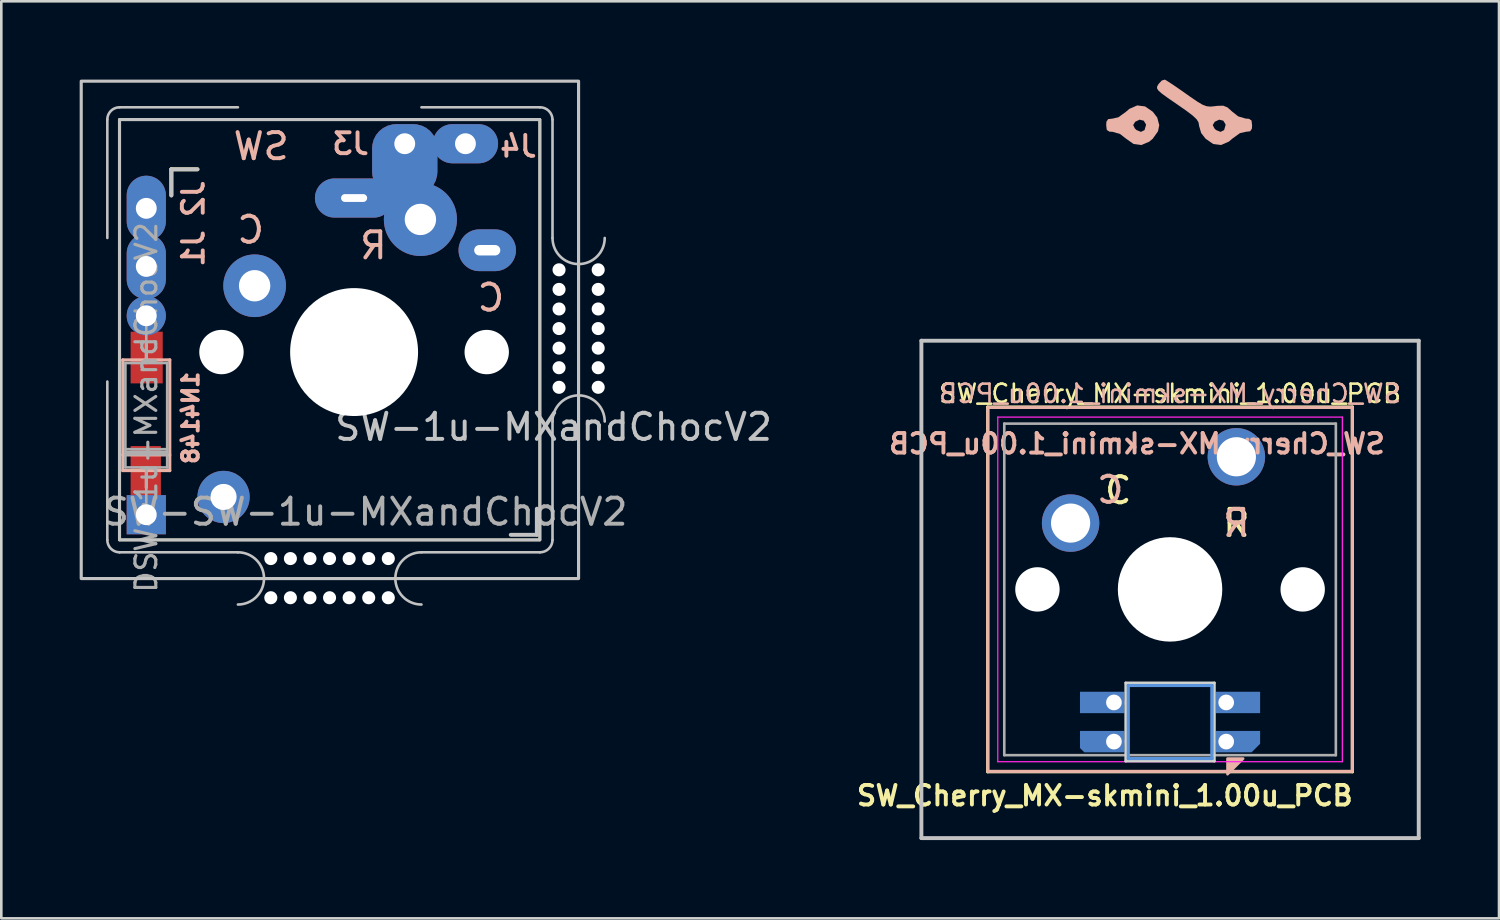
<source format=kicad_pcb>
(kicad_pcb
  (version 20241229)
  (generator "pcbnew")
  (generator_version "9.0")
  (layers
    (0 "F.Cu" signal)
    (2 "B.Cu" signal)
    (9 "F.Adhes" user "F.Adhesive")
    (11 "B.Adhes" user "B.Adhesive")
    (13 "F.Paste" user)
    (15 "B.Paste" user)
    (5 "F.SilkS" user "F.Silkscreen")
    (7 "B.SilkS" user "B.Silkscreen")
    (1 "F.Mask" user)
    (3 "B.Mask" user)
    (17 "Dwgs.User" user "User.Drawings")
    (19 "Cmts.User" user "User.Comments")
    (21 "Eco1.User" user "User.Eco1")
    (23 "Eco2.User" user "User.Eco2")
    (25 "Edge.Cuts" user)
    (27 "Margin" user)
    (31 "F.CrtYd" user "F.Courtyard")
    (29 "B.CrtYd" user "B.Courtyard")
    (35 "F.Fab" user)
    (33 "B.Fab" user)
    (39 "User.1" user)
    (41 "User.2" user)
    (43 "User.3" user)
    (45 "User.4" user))
  (footprint "SW-1u-MXandChocV2"
    (layer "F.Cu")
    (at 13.053 5.355)
    (property "Reference" "SW-1u-MXandChocV2" (at 5.1 7.95 180) (layer "Dwgs.User") (effects (font (size 1 1) (thickness 0.15))))
    (attr through_hole)
    (fp_line (start -11.525 -3.825) (end 4.575 -3.825) (stroke (width 0.1) (type solid)) (layer "F.SilkS"))
    (fp_line (start -11.525 12.275) (end -11.525 -3.825) (stroke (width 0.1) (type solid)) (layer "F.SilkS"))
    (fp_line (start -9.54 -1.92) (end -8.54 -1.92) (stroke (width 0.15) (type solid)) (layer "F.SilkS"))
    (fp_line (start -9.54 -0.92) (end -9.54 -1.92) (stroke (width 0.15) (type solid)) (layer "F.SilkS"))
    (fp_line (start 4.575 -3.825) (end 4.575 12.275) (stroke (width 0.1) (type solid)) (layer "F.SilkS"))
    (fp_line (start 4.575 12.275) (end -11.525 12.275) (stroke (width 0.1) (type solid)) (layer "F.SilkS"))
    (fp_line (start -11.4 5.38) (end -11.4 9.62) (stroke (width 0.12) (type solid)) (layer "B.SilkS"))
    (fp_line (start -11.4 9.02) (end -9.6 9.02) (stroke (width 0.12) (type solid)) (layer "B.SilkS"))
    (fp_line (start -11.4 9.62) (end -9.6 9.62) (stroke (width 0.12) (type solid)) (layer "B.SilkS"))
    (fp_line (start -10.5 4.73) (end -10.5 5.38) (stroke (width 0.12) (type solid)) (layer "B.SilkS"))
    (fp_line (start -10.5 10.27) (end -10.5 9.62) (stroke (width 0.12) (type solid)) (layer "B.SilkS"))
    (fp_line (start -9.6 5.38) (end -11.4 5.38) (stroke (width 0.12) (type solid)) (layer "B.SilkS"))
    (fp_line (start -9.6 9.62) (end -9.6 5.38) (stroke (width 0.12) (type solid)) (layer "B.SilkS"))
    (fp_line (start -11.992 0.71) (end -11.992 -3.825) (stroke (width 0.1) (type solid)) (layer "Dwgs.User"))
    (fp_line (start -11.992 12.275) (end -11.992 6.21) (stroke (width 0.1) (type solid)) (layer "Dwgs.User"))
    (fp_line (start -11.525 -4.295) (end -6.99 -4.295) (stroke (width 0.1) (type solid)) (layer "Dwgs.User"))
    (fp_line (start -9.54 -1.92) (end -8.54 -1.92) (stroke (width 0.15) (type solid)) (layer "Dwgs.User"))
    (fp_line (start -9.54 -0.92) (end -9.54 -1.92) (stroke (width 0.15) (type solid)) (layer "Dwgs.User"))
    (fp_line (start -6.99 12.75) (end -11.525 12.75) (stroke (width 0.1) (type solid)) (layer "Dwgs.User"))
    (fp_line (start 0.04 -4.295) (end 4.575 -4.295) (stroke (width 0.1) (type solid)) (layer "Dwgs.User"))
    (fp_line (start 3.46 12.08) (end 4.46 12.08) (stroke (width 0.15) (type solid)) (layer "Dwgs.User"))
    (fp_line (start 4.46 12.08) (end 4.46 11.08) (stroke (width 0.15) (type solid)) (layer "Dwgs.User"))
    (fp_line (start 4.575 12.75) (end 0.04 12.75) (stroke (width 0.1) (type solid)) (layer "Dwgs.User"))
    (fp_line (start 5.06 -3.825) (end 5.06 0.71) (stroke (width 0.1) (type solid)) (layer "Dwgs.User"))
    (fp_line (start 5.06 7.74) (end 5.06 12.275) (stroke (width 0.1) (type solid)) (layer "Dwgs.User"))
    (fp_rect (start -12.992 -5.295) (end 6.058 13.755) (stroke (width 0.12) (type solid)) (fill no) (layer "Dwgs.User"))
    (fp_rect (start -11.525 -3.825) (end 4.575 12.275) (stroke (width 0.12) (type solid)) (fill no) (layer "Dwgs.User"))
    (fp_arc (start -11.9925 -3.825) (mid -11.85609 -4.156822) (end -11.525 -4.295) (stroke (width 0.1) (type solid)) (layer "Dwgs.User"))
    (fp_arc (start -11.525 12.75) (mid -11.857126 12.609322) (end -11.9925 12.275) (stroke (width 0.1) (type solid)) (layer "Dwgs.User"))
    (fp_arc (start -6.99 12.75) (mid -5.99 13.75) (end -6.99 14.75) (stroke (width 0.1) (type solid)) (layer "Dwgs.User"))
    (fp_arc (start 0.04 14.75) (mid -0.96 13.75) (end 0.04 12.75) (stroke (width 0.1) (type solid)) (layer "Dwgs.User"))
    (fp_arc (start 4.575 -4.295) (mid 4.91484 -4.160447) (end 5.06 -3.825) (stroke (width 0.1) (type solid)) (layer "Dwgs.User"))
    (fp_arc (start 5.06 7.74) (mid 6.06 6.74) (end 7.06 7.74) (stroke (width 0.1) (type solid)) (layer "Dwgs.User"))
    (fp_arc (start 5.06 12.275) (mid 4.915876 12.612947) (end 4.575 12.75) (stroke (width 0.1) (type solid)) (layer "Dwgs.User"))
    (fp_arc (start 7.06 0.71) (mid 6.06 1.71) (end 5.06 0.71) (stroke (width 0.1) (type solid)) (layer "Dwgs.User"))
    (fp_line (start -11.3 5.5) (end -11.3 9.5) (stroke (width 0.1) (type solid)) (layer "F.Fab"))
    (fp_line (start -11.3 8.8) (end -9.7 8.8) (stroke (width 0.1) (type solid)) (layer "F.Fab"))
    (fp_line (start -11.3 8.9) (end -9.7 8.9) (stroke (width 0.1) (type solid)) (layer "F.Fab"))
    (fp_line (start -11.3 9) (end -9.7 9) (stroke (width 0.1) (type solid)) (layer "F.Fab"))
    (fp_line (start -11.3 9.5) (end -9.7 9.5) (stroke (width 0.1) (type solid)) (layer "F.Fab"))
    (fp_line (start -10.5 3.69) (end -10.5 5.5) (stroke (width 0.1) (type solid)) (layer "F.Fab"))
    (fp_line (start -10.5 11.31) (end -10.5 9.5) (stroke (width 0.1) (type solid)) (layer "F.Fab"))
    (fp_line (start -9.7 5.5) (end -11.3 5.5) (stroke (width 0.1) (type solid)) (layer "F.Fab"))
    (fp_line (start -9.7 9.5) (end -9.7 5.5) (stroke (width 0.1) (type solid)) (layer "F.Fab"))
    (fp_text user "J1" (at -8.7 1.11 90) (unlocked yes) (layer "B.SilkS") (effects (font (size 0.8 0.8) (thickness 0.15)) (justify mirror)))
    (fp_text user "1N4148" (at -8.8 7.6 90) (unlocked yes) (layer "B.SilkS") (effects (font (size 0.6 0.6) (thickness 0.15)) (justify mirror)))
    (fp_text user "C" (at 2.7 3 0) (unlocked yes) (layer "B.SilkS") (effects (font (size 1 1) (thickness 0.15)) (justify mirror)))
    (fp_text user "J2" (at -8.7 -0.79 90) (unlocked yes) (layer "B.SilkS") (effects (font (size 0.8 0.8) (thickness 0.15)) (justify mirror)))
    (fp_text user "J3" (at -2.675 -2.9 0) (unlocked yes) (layer "B.SilkS") (effects (font (size 0.8 0.8) (thickness 0.15)) (justify mirror)))
    (fp_text user "R" (at -1.8 1 0) (unlocked yes) (layer "B.SilkS") (effects (font (size 1 1) (thickness 0.15)) (justify mirror)))
    (fp_text user "C" (at -6.5 0.4 0) (unlocked yes) (layer "B.SilkS") (effects (font (size 1 1) (thickness 0.15)) (justify mirror)))
    (fp_text user "J4" (at 3.75 -2.8 0) (unlocked yes) (layer "B.SilkS") (effects (font (size 0.8 0.8) (thickness 0.15)) (justify mirror)))
    (fp_text user "SW" (at -6.1 -2.8 0) (unlocked yes) (layer "B.SilkS") (effects (font (size 1 1) (thickness 0.15)) (justify mirror)))
    (fp_text user "SW-${REFERENCE}" (at -2.1 11.2 0) (unlocked yes) (layer "F.Fab") (effects (font (size 1 1) (thickness 0.15))))
    (fp_text user "D${REFERENCE}" (at -10.5 7.2 270) (layer "F.Fab") (effects (font (size 0.8 0.8) (thickness 0.12))))
    (pad "" np_thru_hole circle (at -7.62 5.08) (size 1.7 1.7) (drill 1.7) (layers "*.Cu" "*.Mask"))
    (pad "" thru_hole circle (at -7.54 10.63 0.5) (size 2 2) (drill 1) (layers "*.Cu" "*.Mask"))
    (pad "" np_thru_hole circle (at -5.73 12.99) (size 0.5 0.5) (drill 0.5) (layers "*.Cu" "*.Mask"))
    (pad "" np_thru_hole circle (at -5.73 14.49) (size 0.5 0.5) (drill 0.5) (layers "*.Cu" "*.Mask"))
    (pad "" np_thru_hole circle (at -4.98 12.99) (size 0.5 0.5) (drill 0.5) (layers "*.Cu" "*.Mask"))
    (pad "" np_thru_hole circle (at -4.98 14.49) (size 0.5 0.5) (drill 0.5) (layers "*.Cu" "*.Mask"))
    (pad "" np_thru_hole circle (at -4.23 12.99) (size 0.5 0.5) (drill 0.5) (layers "*.Cu" "*.Mask"))
    (pad "" np_thru_hole circle (at -4.23 14.49) (size 0.5 0.5) (drill 0.5) (layers "*.Cu" "*.Mask"))
    (pad "" np_thru_hole circle (at -3.48 12.99) (size 0.5 0.5) (drill 0.5) (layers "*.Cu" "*.Mask"))
    (pad "" np_thru_hole circle (at -3.48 14.49) (size 0.5 0.5) (drill 0.5) (layers "*.Cu" "*.Mask"))
    (pad "" np_thru_hole circle (at -2.73 12.99) (size 0.5 0.5) (drill 0.5) (layers "*.Cu" "*.Mask"))
    (pad "" np_thru_hole circle (at -2.73 14.49) (size 0.5 0.5) (drill 0.5) (layers "*.Cu" "*.Mask"))
    (pad "" np_thru_hole circle (at -2.54 5.08 90) (size 4.9 4.9) (drill 4.9) (layers "*.Cu" "*.Mask"))
    (pad "" np_thru_hole circle (at -1.98 12.99) (size 0.5 0.5) (drill 0.5) (layers "*.Cu" "*.Mask"))
    (pad "" np_thru_hole circle (at -1.98 14.49) (size 0.5 0.5) (drill 0.5) (layers "*.Cu" "*.Mask"))
    (pad "" np_thru_hole circle (at -1.23 12.99) (size 0.5 0.5) (drill 0.5) (layers "*.Cu" "*.Mask"))
    (pad "" np_thru_hole circle (at -1.23 14.49) (size 0.5 0.5) (drill 0.5) (layers "*.Cu" "*.Mask"))
    (pad "" np_thru_hole circle (at 2.54 5.08) (size 1.7 1.7) (drill 1.7) (layers "*.Cu" "*.Mask"))
    (pad "" np_thru_hole circle (at 5.31 1.93 90) (size 0.5 0.5) (drill 0.5) (layers "*.Cu" "*.Mask"))
    (pad "" np_thru_hole circle (at 5.31 2.68 90) (size 0.5 0.5) (drill 0.5) (layers "*.Cu" "*.Mask"))
    (pad "" np_thru_hole circle (at 5.31 3.43 90) (size 0.5 0.5) (drill 0.5) (layers "*.Cu" "*.Mask"))
    (pad "" np_thru_hole circle (at 5.31 4.18 90) (size 0.5 0.5) (drill 0.5) (layers "*.Cu" "*.Mask"))
    (pad "" np_thru_hole circle (at 5.31 4.93 90) (size 0.5 0.5) (drill 0.5) (layers "*.Cu" "*.Mask"))
    (pad "" np_thru_hole circle (at 5.31 5.68 90) (size 0.5 0.5) (drill 0.5) (layers "*.Cu" "*.Mask"))
    (pad "" np_thru_hole circle (at 5.31 6.43 90) (size 0.5 0.5) (drill 0.5) (layers "*.Cu" "*.Mask"))
    (pad "" np_thru_hole circle (at 6.81 1.93 90) (size 0.5 0.5) (drill 0.5) (layers "*.Cu" "*.Mask"))
    (pad "" np_thru_hole circle (at 6.81 2.68 90) (size 0.5 0.5) (drill 0.5) (layers "*.Cu" "*.Mask"))
    (pad "" np_thru_hole circle (at 6.81 3.43 90) (size 0.5 0.5) (drill 0.5) (layers "*.Cu" "*.Mask"))
    (pad "" np_thru_hole circle (at 6.81 4.18 90) (size 0.5 0.5) (drill 0.5) (layers "*.Cu" "*.Mask"))
    (pad "" np_thru_hole circle (at 6.81 4.93 90) (size 0.5 0.5) (drill 0.5) (layers "*.Cu" "*.Mask"))
    (pad "" np_thru_hole circle (at 6.81 5.68 90) (size 0.5 0.5) (drill 0.5) (layers "*.Cu" "*.Mask"))
    (pad "" np_thru_hole circle (at 6.81 6.43 90) (size 0.5 0.5) (drill 0.5) (layers "*.Cu" "*.Mask"))
    (pad "1" thru_hole oval (at -2.54 -0.82) (size 3 1.5) (drill oval 1 0.3) (layers "*.Cu" "*.Mask"))
    (pad "1" thru_hole roundrect (at -0.6 -2.9) (size 2.5 2.75) (drill 0.8 (offset 0 0.625)) (layers "*.Cu" "*.Mask") (roundrect_rratio 0.37))
    (pad "1" thru_hole circle (at 0 0) (size 2.8 2.8) (drill 1.2) (layers "*.Cu" "*.Mask"))
    (pad "1" thru_hole oval (at 1.725 -2.9) (size 2.5 1.5) (drill 0.8) (layers "*.Cu" "*.Mask"))
    (pad "2" thru_hole circle (at -6.35 2.54) (size 2.4 2.4) (drill 1.2) (layers "*.Cu" "*.Mask"))
    (pad "2" thru_hole oval (at 2.56 1.18) (size 2.2 1.6) (drill oval 1 0.4) (layers "*.Cu" "*.Mask"))
    (pad "3" smd rect (at -10.52 9.68 90) (size 2 1.16) (layers "F.Cu" "F.Mask" "F.Paste"))
    (pad "3" thru_hole rect (at -10.5 11.31 90) (size 1.5 1.5) (drill 0.8) (layers "*.Cu" "*.Mask"))
    (pad "4" thru_hole oval (at -10.5 -0.425 90) (size 2.5 1.5) (drill 0.8) (layers "*.Cu" "*.Mask"))
    (pad "4" thru_hole oval (at -10.5 1.8 90) (size 2.5 1.5) (drill 0.8) (layers "*.Cu" "*.Mask"))
    (pad "4" thru_hole circle (at -10.5 3.69 90) (size 1.5 1.5) (drill 0.8) (layers "*.Cu" "*.Mask"))
    (pad "4" smd rect (at -10.485 5.29 90) (size 1.98 1.23) (layers "F.Cu" "F.Mask" "F.Paste")))
  (footprint "SW_Cherry_MX-skmini_1.00u_PCB"
    (layer "F.Cu")
    (at 41.767 19.526)
    (property "Reference" "SW_Cherry_MX-skmini_1.00u_PCB" (at 0 -7.5 0) (layer "F.SilkS") (effects (font (size 0.7 0.7) (thickness 0.1))))
    (property "Value" "${REFERENCE}" (at 0 7.874 0) (layer "F.Fab") (hide yes) (effects (font (size 1 1) (thickness 0.15))))
    (attr through_hole)
    (fp_line (start -6.985 -6.985) (end 6.985 -6.985) (stroke (width 0.12) (type solid)) (layer "F.SilkS"))
    (fp_line (start -6.985 6.985) (end -6.985 -6.985) (stroke (width 0.12) (type solid)) (layer "F.SilkS"))
    (fp_line (start 6.985 -6.985) (end 6.985 6.985) (stroke (width 0.12) (type solid)) (layer "F.SilkS"))
    (fp_line (start 6.985 6.985) (end -6.985 6.985) (stroke (width 0.12) (type solid)) (layer "F.SilkS"))
    (fp_rect (start -6.98 -6.97) (end 6.98 6.97) (stroke (width 0.12) (type solid)) (fill no) (layer "B.SilkS"))
    (fp_poly (pts (xy 2.8 6.48) (xy 2.2 6.48) (xy 2.2 7.08)) (stroke (width 0.1) (type solid)) (fill yes) (layer "B.SilkS"))
    (fp_poly (pts (xy -1.56 -18.406) (xy -1.697 -18.288) (xy -1.982 -18.083) (xy -2.198 -18.034) (xy -2.374 -18.012) (xy -2.439 -17.911) (xy -2.446 -17.78) (xy -2.425 -17.6) (xy -2.326 -17.534) (xy -2.198 -17.526) (xy -1.916 -17.444) (xy -1.697 -17.272) (xy -1.399 -17.062) (xy -1.097 -17.021) (xy -0.797 -17.149) (xy -0.661 -17.265) (xy -0.461 -17.548) (xy -0.414 -17.78) (xy -0.415 -17.785) (xy -0.922 -17.785) (xy -0.978 -17.593) (xy -1.116 -17.525) (xy -1.288 -17.596) (xy -1.349 -17.657) (xy -1.413 -17.786) (xy -1.336 -17.911) (xy -1.332 -17.914) (xy -1.167 -17.993) (xy -1.009 -17.953) (xy -0.924 -17.816) (xy -0.922 -17.785) (xy -0.415 -17.785) (xy -0.49 -18.072) (xy -0.661 -18.295) (xy -0.957 -18.5) (xy -1.259 -18.538)) (stroke (width 0) (type solid)) (fill yes) (layer "B.SilkS"))
    (fp_poly (pts (xy -0.316 -19.493) (xy -0.438 -19.362) (xy -0.491 -19.273) (xy -0.501 -19.196) (xy -0.449 -19.11) (xy -0.316 -18.992) (xy -0.082 -18.822) (xy 0.269 -18.581) (xy 0.63 -18.329) (xy 0.871 -18.146) (xy 1.016 -18.008) (xy 1.088 -17.894) (xy 1.11 -17.78) (xy 1.11 -17.759) (xy 1.191 -17.481) (xy 1.358 -17.265) (xy 1.653 -17.06) (xy 1.955 -17.022) (xy 2.256 -17.154) (xy 2.393 -17.272) (xy 2.678 -17.477) (xy 2.895 -17.526) (xy 3.07 -17.548) (xy 3.135 -17.649) (xy 3.142 -17.78) (xy 3.141 -17.785) (xy 2.126 -17.785) (xy 2.07 -17.593) (xy 1.932 -17.525) (xy 1.76 -17.596) (xy 1.699 -17.657) (xy 1.635 -17.786) (xy 1.712 -17.911) (xy 1.716 -17.914) (xy 1.881 -17.993) (xy 2.039 -17.953) (xy 2.124 -17.816) (xy 2.126 -17.785) (xy 3.141 -17.785) (xy 3.121 -17.96) (xy 3.022 -18.026) (xy 2.895 -18.034) (xy 2.611 -18.118) (xy 2.382 -18.299) (xy 2.198 -18.463) (xy 2.036 -18.528) (xy 1.813 -18.522) (xy 1.734 -18.511) (xy 1.554 -18.493) (xy 1.404 -18.506) (xy 1.245 -18.565) (xy 1.038 -18.688) (xy 0.745 -18.889) (xy 0.627 -18.973) (xy 0.317 -19.19) (xy 0.052 -19.37) (xy -0.135 -19.49) (xy -0.2 -19.526)) (stroke (width 0) (type solid)) (fill yes) (layer "B.SilkS"))
    (fp_line (start -9.525 -9.525) (end 9.525 -9.525) (stroke (width 0.15) (type solid)) (layer "Dwgs.User"))
    (fp_line (start -9.525 9.525) (end -9.525 -9.525) (stroke (width 0.15) (type solid)) (layer "Dwgs.User"))
    (fp_line (start 9.525 -9.525) (end 9.525 9.525) (stroke (width 0.15) (type solid)) (layer "Dwgs.User"))
    (fp_line (start 9.525 9.525) (end -9.525 9.525) (stroke (width 0.15) (type solid)) (layer "Dwgs.User"))
    (fp_line (start -1.6 3.68) (end -1.6 6.48) (stroke (width 0.12) (type solid)) (layer "Cmts.User"))
    (fp_line (start -1.6 6.48) (end 1.6 6.48) (stroke (width 0.12) (type solid)) (layer "Cmts.User"))
    (fp_line (start 1.6 3.68) (end -1.6 3.68) (stroke (width 0.12) (type solid)) (layer "Cmts.User"))
    (fp_line (start 1.6 6.48) (end 1.6 3.68) (stroke (width 0.12) (type solid)) (layer "Cmts.User"))
    (fp_line (start -1.7 3.58) (end -1.7 6.58) (stroke (width 0.1) (type solid)) (layer "Edge.Cuts"))
    (fp_line (start -1.7 6.58) (end 1.7 6.58) (stroke (width 0.1) (type solid)) (layer "Edge.Cuts"))
    (fp_line (start 1.7 3.58) (end -1.7 3.58) (stroke (width 0.1) (type solid)) (layer "Edge.Cuts"))
    (fp_line (start 1.7 6.58) (end 1.7 3.58) (stroke (width 0.1) (type solid)) (layer "Edge.Cuts"))
    (fp_line (start -6.6 -6.6) (end 6.6 -6.6) (stroke (width 0.05) (type solid)) (layer "F.CrtYd"))
    (fp_line (start -6.6 6.6) (end -6.6 -6.6) (stroke (width 0.05) (type solid)) (layer "F.CrtYd"))
    (fp_line (start 6.6 -6.6) (end 6.6 6.6) (stroke (width 0.05) (type solid)) (layer "F.CrtYd"))
    (fp_line (start 6.6 6.6) (end -6.6 6.6) (stroke (width 0.05) (type solid)) (layer "F.CrtYd"))
    (fp_line (start -6.35 -6.35) (end 6.35 -6.35) (stroke (width 0.1) (type solid)) (layer "F.Fab"))
    (fp_line (start -6.35 6.35) (end -6.35 -6.35) (stroke (width 0.1) (type solid)) (layer "F.Fab"))
    (fp_line (start 6.35 -6.35) (end 6.35 6.35) (stroke (width 0.1) (type solid)) (layer "F.Fab"))
    (fp_line (start 6.35 6.35) (end -6.35 6.35) (stroke (width 0.1) (type solid)) (layer "F.Fab"))
    (fp_text user "C" (at -1.986 -3.791 0) (unlocked yes) (layer "F.SilkS") (effects (font (size 1 1) (thickness 0.15))))
    (fp_text user "${VALUE}" (at -2.5 7.9 0) (unlocked yes) (layer "F.SilkS") (effects (font (size 0.75 0.75) (thickness 0.15))))
    (fp_text user "R" (at 2.54 -2.54 0) (unlocked yes) (layer "F.SilkS") (effects (font (size 1 1) (thickness 0.15))))
    (fp_text user "${REFERENCE}" (at 0 -7.5 0) (unlocked yes) (layer "B.SilkS") (effects (font (size 0.7 0.7) (thickness 0.1)) (justify mirror)))
    (fp_text user "${VALUE}" (at -1.27 -5.58 0) (unlocked yes) (layer "B.SilkS") (effects (font (size 0.75 0.75) (thickness 0.15)) (justify mirror)))
    (fp_text user "C" (at -2.29 -3.81 0) (unlocked yes) (layer "B.SilkS") (effects (font (size 1 1) (thickness 0.15)) (justify mirror)))
    (fp_text user "R" (at 2.54 -2.54 0) (unlocked yes) (layer "B.SilkS") (effects (font (size 1 1) (thickness 0.15)) (justify mirror)))
    (pad "" np_thru_hole circle (at -5.08 0) (size 1.7 1.7) (drill 1.7) (layers "*.Cu" "*.Mask"))
    (pad "" np_thru_hole circle (at 0 0) (size 4 4) (drill 4) (layers "*.Cu" "*.Mask"))
    (pad "" np_thru_hole circle (at 5.08 0) (size 1.7 1.7) (drill 1.7) (layers "*.Cu" "*.Mask"))
    (pad "1" thru_hole circle (at 2.54 -5.08) (size 2.2 2.2) (drill 1.5) (layers "*.Cu" "*.Mask"))
    (pad "2" thru_hole circle (at -3.81 -2.54) (size 2.2 2.2) (drill 1.5) (layers "*.Cu" "*.Mask"))
    (pad "3" smd rect (at -2.6 4.33 180) (size 1.7 0.82) (layers "B.Cu" "B.Mask" "B.Paste"))
    (pad "3" thru_hole circle (at -2.15 4.33 180) (size 0.8 0.8) (drill 0.6) (layers "*.Cu" "*.Mask"))
    (pad "4" smd roundrect (at -2.6 5.83 180) (size 1.7 0.82) (layers "B.Cu" "B.Mask" "B.Paste") (roundrect_rratio 0) (chamfer_ratio 0.2) (chamfer top_right))
    (pad "4" thru_hole circle (at -2.15 5.83 180) (size 0.8 0.8) (drill 0.6) (layers "*.Cu" "*.Mask"))
    (pad "5" thru_hole circle (at 2.15 5.83 180) (size 0.8 0.8) (drill 0.6) (layers "*.Cu" "*.Mask"))
    (pad "5" smd roundrect (at 2.6 5.83 180) (size 1.7 0.82) (layers "B.Cu" "B.Mask" "B.Paste") (roundrect_rratio 0) (chamfer_ratio 0.4) (chamfer top_left))
    (pad "6" thru_hole circle (at 2.15 4.33 180) (size 0.8 0.8) (drill 0.6) (layers "*.Cu" "*.Mask"))
    (pad "6" smd rect (at 2.6 4.33 180) (size 1.7 0.82) (layers "B.Cu" "B.Mask" "B.Paste")))
  (gr_rect
    (start -3 -3)
    (end 54.367 32.126)
    (stroke (width 0.1) (type default))
    (fill no)
    (layer "Edge.Cuts")))
</source>
